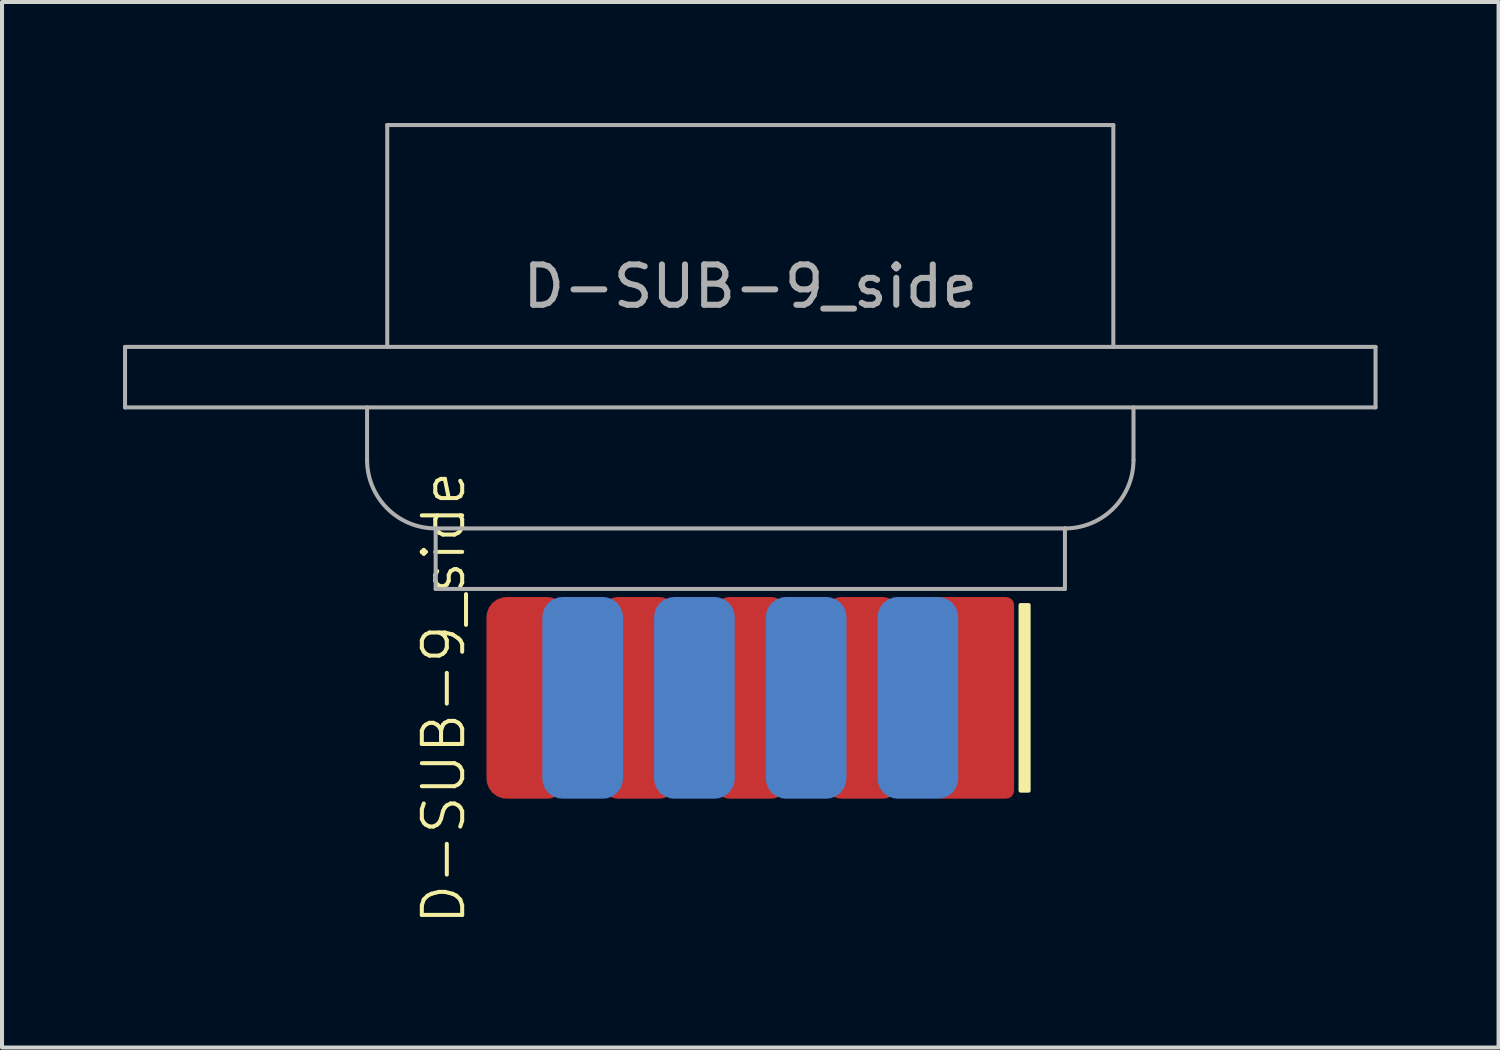
<source format=kicad_pcb>
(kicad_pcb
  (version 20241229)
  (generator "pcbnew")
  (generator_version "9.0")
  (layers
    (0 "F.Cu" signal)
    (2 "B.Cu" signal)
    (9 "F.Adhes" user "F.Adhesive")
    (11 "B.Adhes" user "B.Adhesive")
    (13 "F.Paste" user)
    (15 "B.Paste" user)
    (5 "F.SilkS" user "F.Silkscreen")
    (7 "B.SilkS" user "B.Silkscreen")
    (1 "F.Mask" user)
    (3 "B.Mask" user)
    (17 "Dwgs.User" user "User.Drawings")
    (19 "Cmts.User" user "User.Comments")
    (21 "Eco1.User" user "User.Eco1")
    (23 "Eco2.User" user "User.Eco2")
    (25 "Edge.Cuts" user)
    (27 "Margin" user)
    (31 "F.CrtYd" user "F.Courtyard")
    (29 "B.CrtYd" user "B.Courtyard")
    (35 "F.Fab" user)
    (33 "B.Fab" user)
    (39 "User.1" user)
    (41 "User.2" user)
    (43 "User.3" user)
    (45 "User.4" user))
  (footprint "D-SUB-9_side"
    (layer "F.Cu")
    (at 15.55 11.55)
    (property "Reference" "D-SUB-9_side" (at -7.6 2.7 90) (unlocked yes) (layer "F.SilkS") (effects (font (size 1 1) (thickness 0.1))))
    (fp_rect (start 6.7 0.4) (end 6.9 5) (stroke (width 0.1) (type solid)) (fill yes) (layer "F.SilkS"))
    (fp_line (start -15.5 -6) (end -15.5 -4.5) (stroke (width 0.1) (type default)) (layer "F.Fab"))
    (fp_line (start -15.5 -4.5) (end 15.5 -4.5) (stroke (width 0.1) (type default)) (layer "F.Fab"))
    (fp_line (start -9.5 -3.2) (end -9.5 -4.5) (stroke (width 0.1) (type default)) (layer "F.Fab"))
    (fp_line (start -9 -11.5) (end -9 -6) (stroke (width 0.1) (type default)) (layer "F.Fab"))
    (fp_line (start -9 -11.5) (end 9 -11.5) (stroke (width 0.1) (type default)) (layer "F.Fab"))
    (fp_line (start -7.8 -1.5) (end 7.8 -1.5) (stroke (width 0.1) (type default)) (layer "F.Fab"))
    (fp_line (start -7.8 0) (end -7.8 -1.5) (stroke (width 0.1) (type default)) (layer "F.Fab"))
    (fp_line (start -7.8 0) (end 7.8 0) (stroke (width 0.1) (type default)) (layer "F.Fab"))
    (fp_line (start 7.8 0) (end 7.8 -1.5) (stroke (width 0.1) (type default)) (layer "F.Fab"))
    (fp_line (start 9 -11.5) (end 9 -6) (stroke (width 0.1) (type default)) (layer "F.Fab"))
    (fp_line (start 9.5 -4.5) (end 9.5 -3.2) (stroke (width 0.1) (type default)) (layer "F.Fab"))
    (fp_line (start 15.5 -6) (end -15.5 -6) (stroke (width 0.1) (type default)) (layer "F.Fab"))
    (fp_line (start 15.5 -4.5) (end 15.5 -6) (stroke (width 0.1) (type default)) (layer "F.Fab"))
    (fp_arc (start -7.8 -1.5) (mid -9.002082 -1.997918) (end -9.5 -3.2) (stroke (width 0.1) (type default)) (layer "F.Fab"))
    (fp_arc (start 9.5 -3.2) (mid 9.002082 -1.997918) (end 7.8 -1.5) (stroke (width 0.1) (type default)) (layer "F.Fab"))
    (fp_text user "${REFERENCE}" (at 0 -7.5 0) (unlocked yes) (layer "F.Fab") (effects (font (size 1 1) (thickness 0.15))))
    (pad "1" smd roundrect (at 5.54 2.7) (size 2 5) (layers "F.Cu" "F.Mask" "F.Paste") (roundrect_rratio 0.1))
    (pad "2" smd roundrect (at 2.77 2.7) (size 2 5) (layers "F.Cu" "F.Mask" "F.Paste") (roundrect_rratio 0.25))
    (pad "3" smd roundrect (at 0 2.7) (size 2 5) (layers "F.Cu" "F.Mask" "F.Paste") (roundrect_rratio 0.25))
    (pad "4" smd roundrect (at -2.77 2.7) (size 2 5) (layers "F.Cu" "F.Mask" "F.Paste") (roundrect_rratio 0.25))
    (pad "5" smd roundrect (at -5.54 2.7) (size 2 5) (layers "F.Cu" "F.Mask" "F.Paste") (roundrect_rratio 0.25))
    (pad "6" smd roundrect (at 4.155 2.7) (size 2 5) (layers "B.Cu" "B.Mask" "B.Paste") (roundrect_rratio 0.25))
    (pad "7" smd roundrect (at 1.385 2.7) (size 2 5) (layers "B.Cu" "B.Mask" "B.Paste") (roundrect_rratio 0.25))
    (pad "8" smd roundrect (at -1.385 2.7) (size 2 5) (layers "B.Cu" "B.Mask" "B.Paste") (roundrect_rratio 0.25))
    (pad "9" smd roundrect (at -4.155 2.7) (size 2 5) (layers "B.Cu" "B.Mask" "B.Paste") (roundrect_rratio 0.25)))
  (gr_rect
    (start -3 -3)
    (end 34.1 22.919)
    (stroke (width 0.1) (type default))
    (fill no)
    (layer "Edge.Cuts")))
</source>
